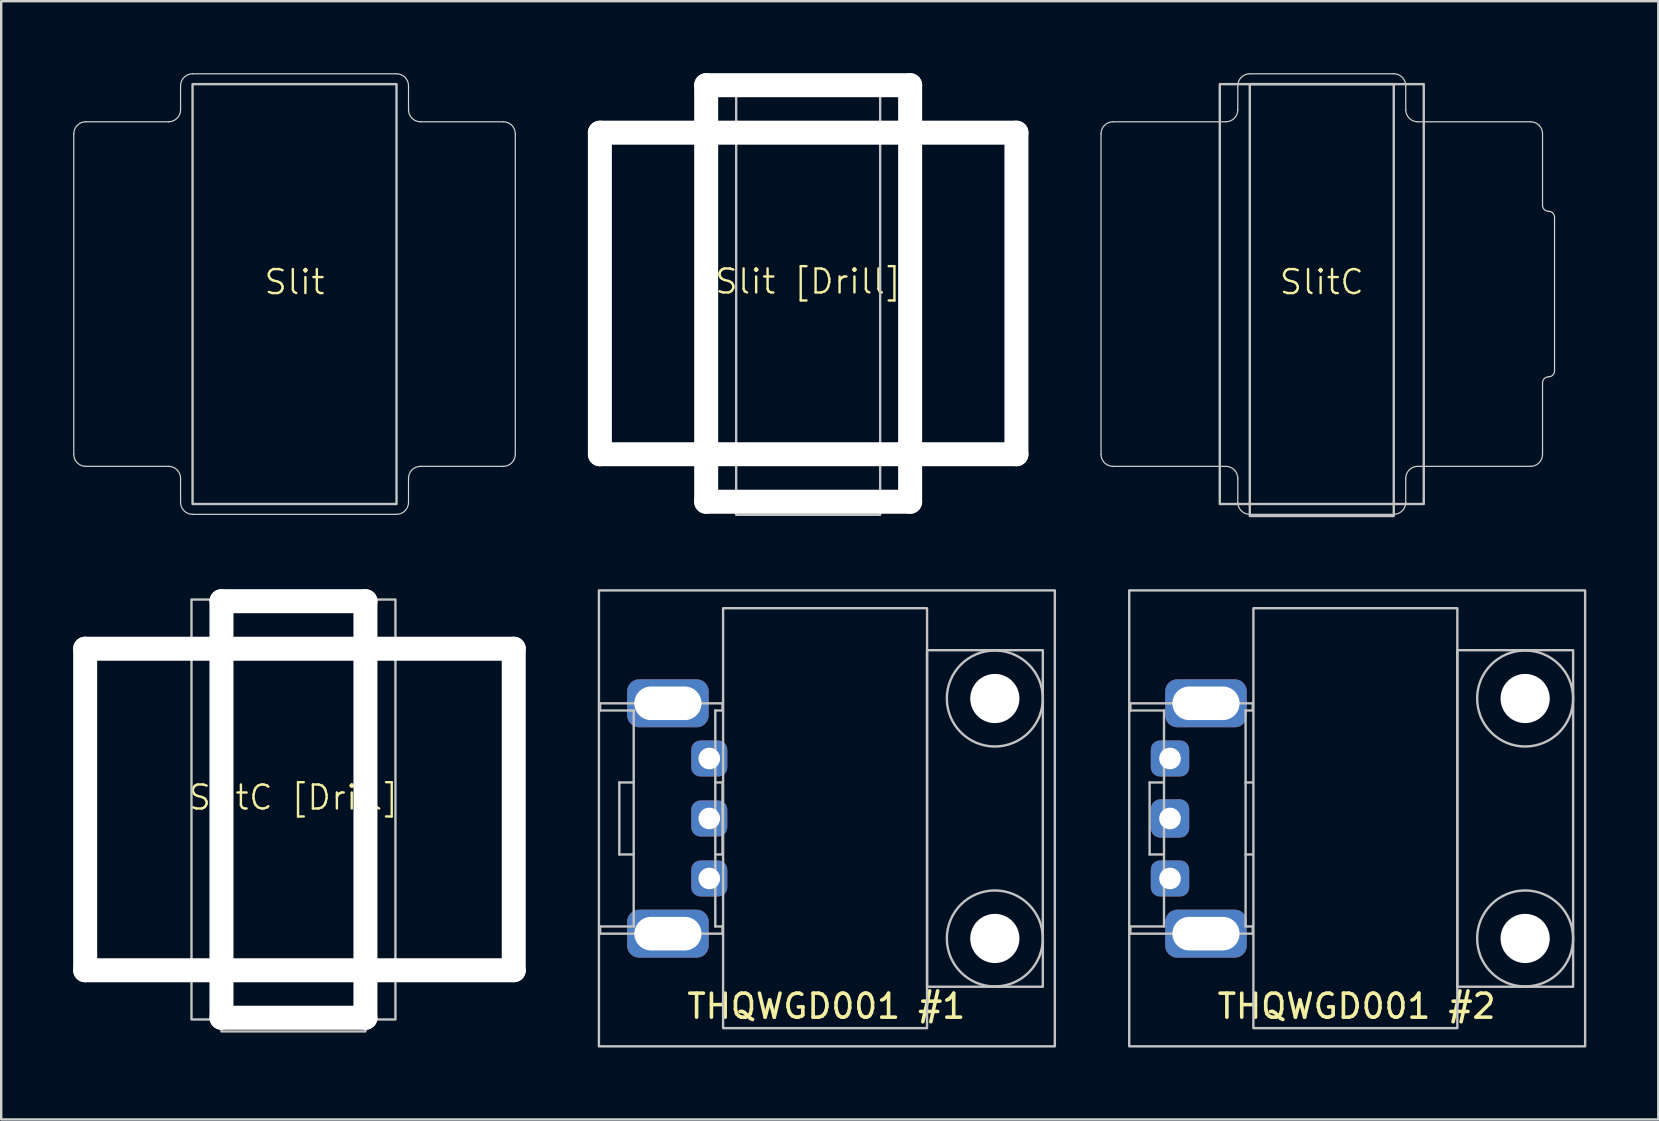
<source format=kicad_pcb>
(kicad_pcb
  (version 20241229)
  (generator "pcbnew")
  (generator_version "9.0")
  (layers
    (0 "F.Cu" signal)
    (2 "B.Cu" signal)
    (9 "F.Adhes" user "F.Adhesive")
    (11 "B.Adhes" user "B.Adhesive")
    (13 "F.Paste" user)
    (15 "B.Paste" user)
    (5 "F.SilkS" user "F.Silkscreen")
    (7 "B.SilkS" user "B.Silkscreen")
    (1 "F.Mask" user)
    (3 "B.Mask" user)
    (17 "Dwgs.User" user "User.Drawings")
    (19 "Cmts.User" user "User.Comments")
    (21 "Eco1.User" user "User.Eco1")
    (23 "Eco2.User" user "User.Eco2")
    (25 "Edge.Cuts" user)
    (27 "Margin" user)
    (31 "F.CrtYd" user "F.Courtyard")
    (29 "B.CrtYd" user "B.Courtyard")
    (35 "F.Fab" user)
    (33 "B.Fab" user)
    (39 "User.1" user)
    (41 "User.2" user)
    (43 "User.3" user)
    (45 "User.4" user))
  (footprint "THQWGD001 #2"
    (layer "F.Cu")
    (at 53.51 31.06)
    (property "Reference" "THQWGD001 #2" (at -0.025 7.825 0) (unlocked yes) (layer "F.SilkS") (effects (font (size 1 1) (thickness 0.15))))
    (attr through_hole)
    (fp_line (start -9.45 -4.5) (end -9.45 -4.8) (stroke (width 0.1) (type default)) (layer "Dwgs.User"))
    (fp_line (start -9.45 -4.5) (end -8.05 -4.5) (stroke (width 0.1) (type default)) (layer "Dwgs.User"))
    (fp_line (start -9.45 4.5) (end -8.05 4.5) (stroke (width 0.1) (type default)) (layer "Dwgs.User"))
    (fp_line (start -9.45 4.8) (end -9.45 4.5) (stroke (width 0.1) (type default)) (layer "Dwgs.User"))
    (fp_line (start -9.45 4.8) (end -4.35 4.8) (stroke (width 0.1) (type default)) (layer "Dwgs.User"))
    (fp_line (start -8.65 1.5) (end -8.65 -1.5) (stroke (width 0.1) (type default)) (layer "Dwgs.User"))
    (fp_line (start -8.05 -1.5) (end -8.65 -1.5) (stroke (width 0.1) (type default)) (layer "Dwgs.User"))
    (fp_line (start -8.05 1.5) (end -8.65 1.5) (stroke (width 0.1) (type default)) (layer "Dwgs.User"))
    (fp_line (start -8.05 4.5) (end -8.05 -4.5) (stroke (width 0.1) (type default)) (layer "Dwgs.User"))
    (fp_line (start -4.65 -1.5) (end -4.35 -1.5) (stroke (width 0.1) (type default)) (layer "Dwgs.User"))
    (fp_line (start -4.65 4.5) (end -4.65 -4.5) (stroke (width 0.1) (type default)) (layer "Dwgs.User"))
    (fp_line (start -4.35 -4.8) (end -9.45 -4.8) (stroke (width 0.1) (type default)) (layer "Dwgs.User"))
    (fp_line (start -4.35 -4.5) (end -4.65 -4.5) (stroke (width 0.1) (type default)) (layer "Dwgs.User"))
    (fp_line (start -4.35 -4.5) (end -4.35 -4.8) (stroke (width 0.1) (type default)) (layer "Dwgs.User"))
    (fp_line (start -4.35 1.5) (end -4.65 1.5) (stroke (width 0.1) (type default)) (layer "Dwgs.User"))
    (fp_line (start -4.35 4.5) (end -4.65 4.5) (stroke (width 0.1) (type default)) (layer "Dwgs.User"))
    (fp_line (start -4.35 4.8) (end -4.35 4.5) (stroke (width 0.1) (type default)) (layer "Dwgs.User"))
    (fp_rect (start -9.5 -9.505) (end 9.5 9.495) (stroke (width 0.1) (type default)) (fill no) (layer "Dwgs.User"))
    (fp_rect (start -4.325 -8.762) (end 4.175 8.738) (stroke (width 0.1) (type default)) (fill no) (layer "Dwgs.User"))
    (fp_rect (start 4.175 -7.013) (end 9 7.013) (stroke (width 0.1) (type default)) (fill no) (layer "Dwgs.User"))
    (fp_circle (center 7 -5) (end 9 -5) (stroke (width 0.1) (type default)) (fill no) (layer "Dwgs.User"))
    (fp_circle (center 7 5) (end 9 5) (stroke (width 0.1) (type default)) (fill no) (layer "Dwgs.User"))
    (pad "" np_thru_hole circle (at 7 -5) (size 2.05 2.05) (drill 2.05) (layers "*.Cu" "*.Mask"))
    (pad "" np_thru_hole circle (at 7 5) (size 2.05 2.05) (drill 2.05) (layers "*.Cu" "*.Mask"))
    (pad "A" thru_hole roundrect (at -7.8 2.5 90) (size 1.5 1.6) (drill 0.9) (layers "*.Cu" "F.Mask") (roundrect_rratio 0.25))
    (pad "B" thru_hole roundrect (at -7.8 0 90) (size 1.6 1.6) (drill 0.9) (layers "*.Cu" "F.Mask") (roundrect_rratio 0.25))
    (pad "C" thru_hole roundrect (at -7.8 -2.5 90) (size 1.5 1.6) (drill 0.9) (layers "*.Cu" "F.Mask") (roundrect_rratio 0.25))
    (pad "MP" thru_hole roundrect (at -6.3 -4.8 180) (size 3.4 2) (drill oval 2.8 1.4) (layers "*.Cu" "B.Mask") (roundrect_rratio 0.25))
    (pad "MP" thru_hole roundrect (at -6.3 4.8) (size 3.4 2) (drill oval 2.8 1.4) (layers "*.Cu" "B.Mask") (roundrect_rratio 0.25)))
  (footprint "Slit [Drill]"
    (layer "F.Cu")
    (at 30.63 9.18)
    (property "Reference" "Slit [Drill]" (at 0 -0.5 0) (unlocked yes) (layer "F.SilkS") (effects (font (size 1 1) (thickness 0.1))))
    (attr smd)
    (fp_rect (start -4.25 -8.775) (end 4.25 8.725) (stroke (width 0.1) (type default)) (fill no) (layer "Dwgs.User"))
    (fp_rect (start -4.25 -8.75) (end 4.25 8.75) (stroke (width 0.1) (type default)) (fill no) (layer "Dwgs.User"))
    (fp_rect (start -3 -8.775) (end 3 9.225) (stroke (width 0.1) (type default)) (fill no) (layer "Dwgs.User"))
    (pad "" np_thru_hole oval (at -8.68 0 90) (size 14.4 1) (drill oval 14.4 1) (layers "*.Cu" "*.Mask"))
    (pad "" np_thru_hole oval (at -4.25 0 90) (size 18.36 1) (drill oval 18.36 1) (layers "*.Cu" "*.Mask"))
    (pad "" np_thru_hole oval (at 0 -8.68) (size 9.5 1) (drill oval 9.5 1) (layers "*.Cu" "*.Mask"))
    (pad "" np_thru_hole oval (at 0 -6.7 180) (size 18.36 1) (drill oval 18.36 1) (layers "*.Cu" "*.Mask"))
    (pad "" np_thru_hole oval (at 0 6.7 180) (size 18.36 1) (drill oval 18.36 1) (layers "*.Cu" "*.Mask"))
    (pad "" np_thru_hole oval (at 0 8.68) (size 9.5 1) (drill oval 9.5 1) (layers "*.Cu" "*.Mask"))
    (pad "" np_thru_hole oval (at 4.25 0 90) (size 18.36 1) (drill oval 18.36 1) (layers "*.Cu" "*.Mask"))
    (pad "" np_thru_hole oval (at 8.68 0 90) (size 14.4 1) (drill oval 14.4 1) (layers "*.Cu" "*.Mask")))
  (footprint "SlitC [Drill]"
    (layer "F.Cu")
    (at 9.18 30.685)
    (property "Reference" "SlitC [Drill]" (at 0 -0.5 0) (unlocked yes) (layer "F.SilkS") (effects (font (size 1 1) (thickness 0.1))))
    (attr smd)
    (fp_rect (start -4.25 -8.75) (end 4.25 8.75) (stroke (width 0.1) (type default)) (fill no) (layer "Dwgs.User"))
    (fp_rect (start -3 -8.75) (end 3 9.25) (stroke (width 0.1) (type default)) (fill no) (layer "Dwgs.User"))
    (pad "" np_thru_hole oval (at -8.68 0 90) (size 14.4 1) (drill oval 14.4 1) (layers "*.Cu" "*.Mask"))
    (pad "" np_thru_hole oval (at -3 0 90) (size 18.36 1) (drill oval 18.36 1) (layers "*.Cu" "*.Mask"))
    (pad "" np_thru_hole oval (at 0 -8.68) (size 7 1) (drill oval 7 1) (layers "*.Cu" "*.Mask"))
    (pad "" np_thru_hole oval (at 0 8.68) (size 7 1) (drill oval 7 1) (layers "*.Cu" "*.Mask"))
    (pad "" np_thru_hole oval (at 0.25 -6.7 180) (size 18.86 1) (drill oval 18.86 1) (layers "*.Cu" "*.Mask"))
    (pad "" np_thru_hole oval (at 0.25 6.7 180) (size 18.86 1) (drill oval 18.86 1) (layers "*.Cu" "*.Mask"))
    (pad "" np_thru_hole oval (at 3 0 90) (size 18.36 1) (drill oval 18.36 1) (layers "*.Cu" "*.Mask"))
    (pad "" np_thru_hole oval (at 9.18 0 90) (size 14.4 1) (drill oval 14.4 1) (layers "*.Cu" "*.Mask")))
  (footprint "SlitC"
    (layer "F.Cu")
    (at 52.035 9.205)
    (property "Reference" "SlitC" (at 0 -0.5 0) (unlocked yes) (layer "F.SilkS") (effects (font (size 1 1) (thickness 0.1))))
    (attr smd)
    (fp_rect (start -4.25 -8.75) (end 4.25 8.75) (stroke (width 0.1) (type default)) (fill no) (layer "Dwgs.User"))
    (fp_rect (start -3 -8.75) (end 3 9.25) (stroke (width 0.1) (type default)) (fill no) (layer "Dwgs.User"))
    (fp_line (start -9.2 -6.68) (end -9.2 6.68) (stroke (width 0.05) (type default)) (layer "Edge.Cuts"))
    (fp_line (start -8.7 -7.18) (end -4 -7.18) (stroke (width 0.05) (type default)) (layer "Edge.Cuts"))
    (fp_line (start -4 7.18) (end -8.7 7.18) (stroke (width 0.05) (type default)) (layer "Edge.Cuts"))
    (fp_line (start -3.5 -7.68) (end -3.5 -8.68) (stroke (width 0.05) (type default)) (layer "Edge.Cuts"))
    (fp_line (start -3.5 8.68) (end -3.5 7.68) (stroke (width 0.05) (type default)) (layer "Edge.Cuts"))
    (fp_line (start -3 -9.18) (end 3 -9.18) (stroke (width 0.05) (type default)) (layer "Edge.Cuts"))
    (fp_line (start -3 9.18) (end 3 9.18) (stroke (width 0.05) (type default)) (layer "Edge.Cuts"))
    (fp_line (start 3.5 -8.68) (end 3.5 -7.68) (stroke (width 0.05) (type default)) (layer "Edge.Cuts"))
    (fp_line (start 3.5 7.68) (end 3.5 8.68) (stroke (width 0.05) (type default)) (layer "Edge.Cuts"))
    (fp_line (start 4 -7.18) (end 8.7 -7.18) (stroke (width 0.05) (type default)) (layer "Edge.Cuts"))
    (fp_line (start 8.7 7.18) (end 4 7.18) (stroke (width 0.05) (type default)) (layer "Edge.Cuts"))
    (fp_line (start 9.2 -6.68) (end 9.2 -3.7) (stroke (width 0.05) (type default)) (layer "Edge.Cuts"))
    (fp_line (start 9.2 3.7) (end 9.2 6.68) (stroke (width 0.05) (type default)) (layer "Edge.Cuts"))
    (fp_line (start 9.7 -3.2) (end 9.7 3.2) (stroke (width 0.05) (type default)) (layer "Edge.Cuts"))
    (fp_arc (start -9.200001 -6.68) (mid -9.053554 -7.033553) (end -8.700001 -7.18) (stroke (width 0.05) (type default)) (layer "Edge.Cuts"))
    (fp_arc (start -8.7 7.180001) (mid -9.053553 7.033554) (end -9.2 6.680001) (stroke (width 0.05) (type default)) (layer "Edge.Cuts"))
    (fp_arc (start -3.999999 7.180001) (mid -3.646445 7.326447) (end -3.499999 7.680001) (stroke (width 0.05) (type default)) (layer "Edge.Cuts"))
    (fp_arc (start -3.5 -7.68) (mid -3.646446 -7.326446) (end -4 -7.18) (stroke (width 0.05) (type default)) (layer "Edge.Cuts"))
    (fp_arc (start -3.499999 -8.679999) (mid -3.353552 -9.033552) (end -2.999999 -9.179999) (stroke (width 0.05) (type default)) (layer "Edge.Cuts"))
    (fp_arc (start -2.999999 9.180001) (mid -3.353552 9.033554) (end -3.499999 8.680001) (stroke (width 0.05) (type default)) (layer "Edge.Cuts"))
    (fp_arc (start 3 -9.179999) (mid 3.353553 -9.033552) (end 3.5 -8.679999) (stroke (width 0.05) (type default)) (layer "Edge.Cuts"))
    (fp_arc (start 3.5 7.680001) (mid 3.646446 7.326447) (end 4 7.180001) (stroke (width 0.05) (type default)) (layer "Edge.Cuts"))
    (fp_arc (start 3.5 8.680001) (mid 3.353553 9.033554) (end 3 9.180001) (stroke (width 0.05) (type default)) (layer "Edge.Cuts"))
    (fp_arc (start 4 -7.179999) (mid 3.646446 -7.326446) (end 3.5 -7.679999) (stroke (width 0.05) (type default)) (layer "Edge.Cuts"))
    (fp_arc (start 8.7 -7.179999) (mid 9.053556 -7.033554) (end 9.2 -6.679999) (stroke (width 0.05) (type default)) (layer "Edge.Cuts"))
    (fp_arc (start 9.2 3.7) (mid 9.273223 3.523223) (end 9.45 3.45) (stroke (width 0.05) (type default)) (layer "Edge.Cuts"))
    (fp_arc (start 9.2 6.680001) (mid 9.053554 7.033555) (end 8.7 7.180001) (stroke (width 0.05) (type default)) (layer "Edge.Cuts"))
    (fp_arc (start 9.45 -3.45) (mid 9.273223 -3.523223) (end 9.2 -3.7) (stroke (width 0.05) (type default)) (layer "Edge.Cuts"))
    (fp_arc (start 9.45 -3.45) (mid 9.626777 -3.376777) (end 9.7 -3.2) (stroke (width 0.05) (type default)) (layer "Edge.Cuts"))
    (fp_arc (start 9.7 3.2) (mid 9.626777 3.376777) (end 9.45 3.45) (stroke (width 0.05) (type default)) (layer "Edge.Cuts")))
  (footprint "Slit"
    (layer "F.Cu")
    (at 9.225 9.205)
    (property "Reference" "Slit" (at 0 -0.5 0) (unlocked yes) (layer "F.SilkS") (effects (font (size 1 1) (thickness 0.1))))
    (attr smd)
    (fp_rect (start -4.25 -8.75) (end 4.25 8.75) (stroke (width 0.1) (type default)) (fill no) (layer "Dwgs.User"))
    (fp_line (start -9.2 -6.68) (end -9.2 6.68) (stroke (width 0.05) (type default)) (layer "Edge.Cuts"))
    (fp_line (start -8.7 -7.18) (end -5.25 -7.18) (stroke (width 0.05) (type default)) (layer "Edge.Cuts"))
    (fp_line (start -5.25 7.18) (end -8.7 7.18) (stroke (width 0.05) (type default)) (layer "Edge.Cuts"))
    (fp_line (start -4.75 -7.68) (end -4.75 -8.68) (stroke (width 0.05) (type default)) (layer "Edge.Cuts"))
    (fp_line (start -4.75 8.68) (end -4.75 7.68) (stroke (width 0.05) (type default)) (layer "Edge.Cuts"))
    (fp_line (start -4.25 -9.18) (end 4.25 -9.18) (stroke (width 0.05) (type default)) (layer "Edge.Cuts"))
    (fp_line (start -4.25 9.18) (end 4.25 9.18) (stroke (width 0.05) (type default)) (layer "Edge.Cuts"))
    (fp_line (start 4.75 -8.68) (end 4.75 -7.68) (stroke (width 0.05) (type default)) (layer "Edge.Cuts"))
    (fp_line (start 4.75 7.68) (end 4.75 8.68) (stroke (width 0.05) (type default)) (layer "Edge.Cuts"))
    (fp_line (start 5.25 -7.18) (end 8.7 -7.18) (stroke (width 0.05) (type default)) (layer "Edge.Cuts"))
    (fp_line (start 8.7 7.18) (end 5.25 7.18) (stroke (width 0.05) (type default)) (layer "Edge.Cuts"))
    (fp_line (start 9.2 -6.68) (end 9.2 6.68) (stroke (width 0.05) (type default)) (layer "Edge.Cuts"))
    (fp_arc (start -9.200001 -6.68) (mid -9.053554 -7.033553) (end -8.700001 -7.18) (stroke (width 0.05) (type default)) (layer "Edge.Cuts"))
    (fp_arc (start -8.7 7.180001) (mid -9.053553 7.033554) (end -9.2 6.680001) (stroke (width 0.05) (type default)) (layer "Edge.Cuts"))
    (fp_arc (start -5.249999 7.180001) (mid -4.896445 7.326447) (end -4.749999 7.680001) (stroke (width 0.05) (type default)) (layer "Edge.Cuts"))
    (fp_arc (start -4.75 -7.68) (mid -4.896446 -7.326446) (end -5.25 -7.18) (stroke (width 0.05) (type default)) (layer "Edge.Cuts"))
    (fp_arc (start -4.749999 -8.679999) (mid -4.603552 -9.033552) (end -4.249999 -9.179999) (stroke (width 0.05) (type default)) (layer "Edge.Cuts"))
    (fp_arc (start -4.249999 9.180001) (mid -4.603552 9.033554) (end -4.749999 8.680001) (stroke (width 0.05) (type default)) (layer "Edge.Cuts"))
    (fp_arc (start 4.25 -9.179999) (mid 4.603553 -9.033552) (end 4.75 -8.679999) (stroke (width 0.05) (type default)) (layer "Edge.Cuts"))
    (fp_arc (start 4.75 7.680001) (mid 4.896446 7.326447) (end 5.25 7.180001) (stroke (width 0.05) (type default)) (layer "Edge.Cuts"))
    (fp_arc (start 4.75 8.680001) (mid 4.603553 9.033554) (end 4.25 9.180001) (stroke (width 0.05) (type default)) (layer "Edge.Cuts"))
    (fp_arc (start 5.25 -7.179999) (mid 4.896446 -7.326446) (end 4.75 -7.679999) (stroke (width 0.05) (type default)) (layer "Edge.Cuts"))
    (fp_arc (start 8.7 -7.179999) (mid 9.053556 -7.033554) (end 9.2 -6.679999) (stroke (width 0.05) (type default)) (layer "Edge.Cuts"))
    (fp_arc (start 9.2 6.680001) (mid 9.053554 7.033555) (end 8.7 7.180001) (stroke (width 0.05) (type default)) (layer "Edge.Cuts")))
  (footprint "THQWGD001 #1"
    (layer "F.Cu")
    (at 31.41 31.06)
    (property "Reference" "THQWGD001 #1" (at -0.025 7.825 0) (unlocked yes) (layer "F.SilkS") (effects (font (size 1 1) (thickness 0.15))))
    (attr through_hole)
    (fp_line (start -9.45 -4.5) (end -9.45 -4.8) (stroke (width 0.1) (type default)) (layer "Dwgs.User"))
    (fp_line (start -9.45 -4.5) (end -8.05 -4.5) (stroke (width 0.1) (type default)) (layer "Dwgs.User"))
    (fp_line (start -9.45 4.5) (end -8.05 4.5) (stroke (width 0.1) (type default)) (layer "Dwgs.User"))
    (fp_line (start -9.45 4.8) (end -9.45 4.5) (stroke (width 0.1) (type default)) (layer "Dwgs.User"))
    (fp_line (start -9.45 4.8) (end -4.35 4.8) (stroke (width 0.1) (type default)) (layer "Dwgs.User"))
    (fp_line (start -8.65 1.5) (end -8.65 -1.5) (stroke (width 0.1) (type default)) (layer "Dwgs.User"))
    (fp_line (start -8.05 -1.5) (end -8.65 -1.5) (stroke (width 0.1) (type default)) (layer "Dwgs.User"))
    (fp_line (start -8.05 1.5) (end -8.65 1.5) (stroke (width 0.1) (type default)) (layer "Dwgs.User"))
    (fp_line (start -8.05 4.5) (end -8.05 -4.5) (stroke (width 0.1) (type default)) (layer "Dwgs.User"))
    (fp_line (start -4.65 -1.5) (end -4.35 -1.5) (stroke (width 0.1) (type default)) (layer "Dwgs.User"))
    (fp_line (start -4.65 4.5) (end -4.65 -4.5) (stroke (width 0.1) (type default)) (layer "Dwgs.User"))
    (fp_line (start -4.35 -4.8) (end -9.45 -4.8) (stroke (width 0.1) (type default)) (layer "Dwgs.User"))
    (fp_line (start -4.35 -4.5) (end -4.65 -4.5) (stroke (width 0.1) (type default)) (layer "Dwgs.User"))
    (fp_line (start -4.35 -4.5) (end -4.35 -4.8) (stroke (width 0.1) (type default)) (layer "Dwgs.User"))
    (fp_line (start -4.35 1.5) (end -4.65 1.5) (stroke (width 0.1) (type default)) (layer "Dwgs.User"))
    (fp_line (start -4.35 1.5) (end -4.35 -1.5) (stroke (width 0.1) (type default)) (layer "Dwgs.User"))
    (fp_line (start -4.35 4.5) (end -4.65 4.5) (stroke (width 0.1) (type default)) (layer "Dwgs.User"))
    (fp_line (start -4.35 4.8) (end -4.35 4.5) (stroke (width 0.1) (type default)) (layer "Dwgs.User"))
    (fp_rect (start -9.5 -9.505) (end 9.5 9.495) (stroke (width 0.1) (type default)) (fill no) (layer "Dwgs.User"))
    (fp_rect (start -4.325 -8.762) (end 4.175 8.738) (stroke (width 0.1) (type default)) (fill no) (layer "Dwgs.User"))
    (fp_rect (start 4.175 -7.013) (end 9 7.013) (stroke (width 0.1) (type default)) (fill no) (layer "Dwgs.User"))
    (fp_circle (center 7 -5) (end 9 -5) (stroke (width 0.1) (type default)) (fill no) (layer "Dwgs.User"))
    (fp_circle (center 7 5) (end 9 5) (stroke (width 0.1) (type default)) (fill no) (layer "Dwgs.User"))
    (pad "" np_thru_hole circle (at 7 -5) (size 2.05 2.05) (drill 2.05) (layers "*.Cu" "*.Mask"))
    (pad "" np_thru_hole circle (at 7 5) (size 2.05 2.05) (drill 2.05) (layers "*.Cu" "*.Mask"))
    (pad "A" thru_hole roundrect (at -4.9 2.5 90) (size 1.5 1.5) (drill 0.9) (layers "*.Cu" "B.Mask") (roundrect_rratio 0.25))
    (pad "B" thru_hole roundrect (at -4.9 0 90) (size 1.5 1.5) (drill 0.9) (layers "*.Cu" "B.Mask") (roundrect_rratio 0.25))
    (pad "C" thru_hole roundrect (at -4.9 -2.5 90) (size 1.5 1.5) (drill 0.9) (layers "*.Cu" "B.Mask") (roundrect_rratio 0.25))
    (pad "MP" thru_hole roundrect (at -6.625 -4.8 180) (size 3.4 2) (drill oval 2.8 1.4) (layers "*.Cu" "B.Mask") (roundrect_rratio 0.25))
    (pad "MP" thru_hole roundrect (at -6.625 4.8) (size 3.4 2) (drill oval 2.8 1.4) (layers "*.Cu" "B.Mask") (roundrect_rratio 0.25)))
  (gr_rect
    (start -3 -3)
    (end 66.06 43.605)
    (stroke (width 0.1) (type default))
    (fill no)
    (layer "Edge.Cuts")))
</source>
